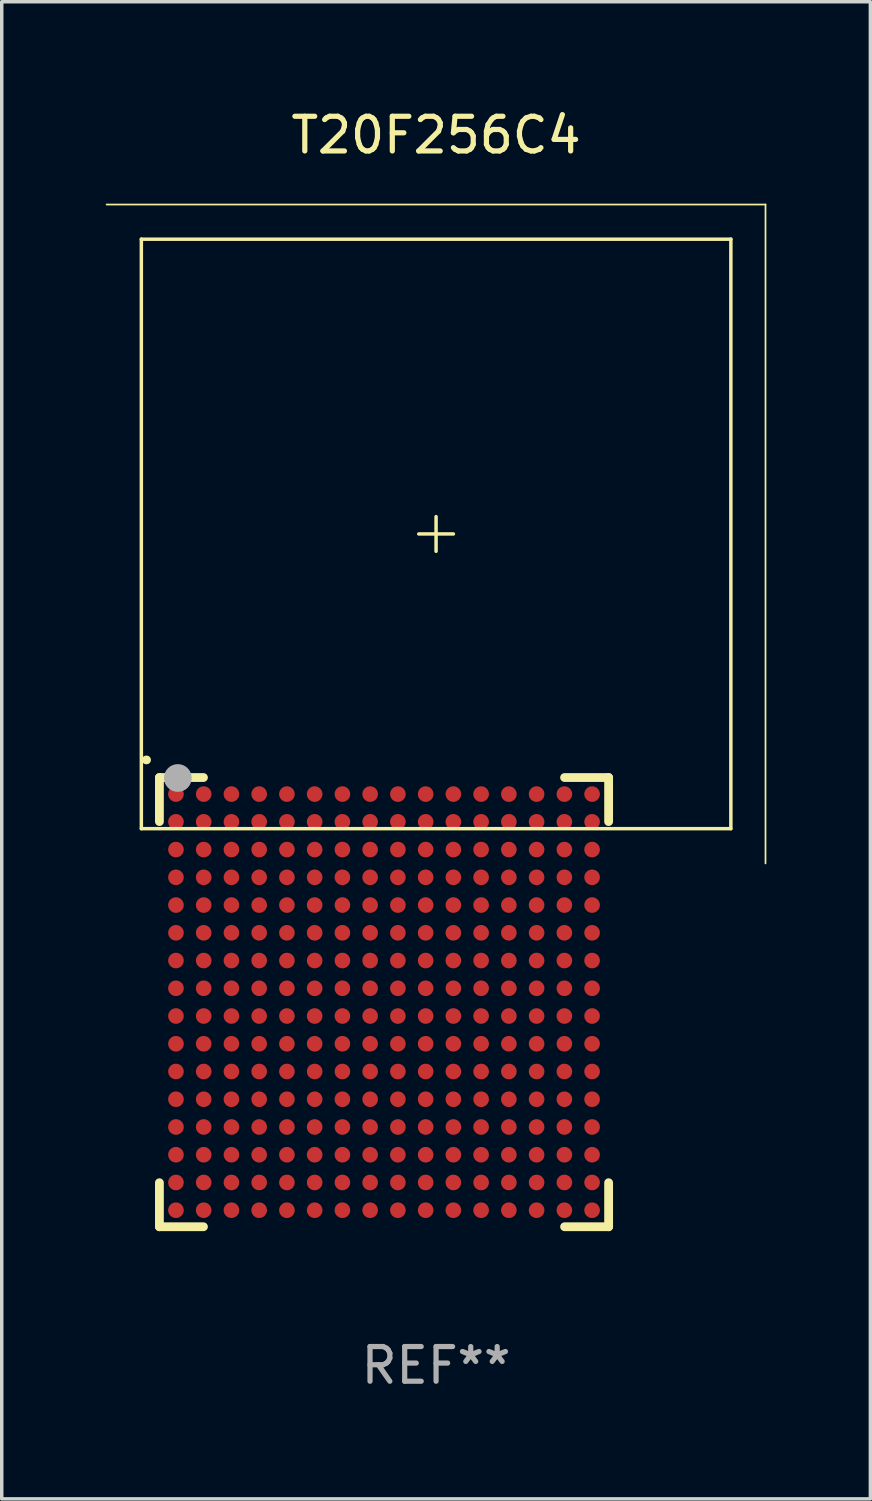
<source format=kicad_pcb>
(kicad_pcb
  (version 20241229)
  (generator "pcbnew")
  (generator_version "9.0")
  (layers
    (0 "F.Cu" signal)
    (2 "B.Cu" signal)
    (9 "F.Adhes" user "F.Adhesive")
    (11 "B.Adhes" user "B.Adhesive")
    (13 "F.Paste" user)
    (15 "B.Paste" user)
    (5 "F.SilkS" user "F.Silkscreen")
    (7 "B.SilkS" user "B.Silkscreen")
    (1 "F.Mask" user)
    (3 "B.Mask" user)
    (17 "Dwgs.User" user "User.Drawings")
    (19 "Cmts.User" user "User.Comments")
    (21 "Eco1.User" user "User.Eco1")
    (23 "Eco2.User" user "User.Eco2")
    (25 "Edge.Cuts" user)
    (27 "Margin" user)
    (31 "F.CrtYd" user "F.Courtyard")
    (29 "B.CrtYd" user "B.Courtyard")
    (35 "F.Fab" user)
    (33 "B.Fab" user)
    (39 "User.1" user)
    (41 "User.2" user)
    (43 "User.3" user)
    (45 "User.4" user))
  (footprint "T20F256C4"
    (layer "F.Cu")
    (at 9.525 17.587)
    (property "Reference" "T20F256C4" (at 0 -16.739 0) (layer "F.SilkS") (effects (font (size 1 1) (thickness 0.15))))
    (attr through_hole)
    (fp_line (start -9.5 -14.739) (end 9.5 -14.739) (stroke (width 0.05) (type solid)) (layer "F.SilkS"))
    (fp_line (start -8.499 -13.74) (end 8.501 -13.74) (stroke (width 0.1) (type solid)) (layer "F.SilkS"))
    (fp_line (start -8.499 3.26) (end -8.499 -13.74) (stroke (width 0.1) (type solid)) (layer "F.SilkS"))
    (fp_line (start -7.978 1.785) (end -6.708 1.785) (stroke (width 0.254) (type solid)) (layer "F.SilkS"))
    (fp_line (start -7.978 3.055) (end -7.978 1.785) (stroke (width 0.254) (type solid)) (layer "F.SilkS"))
    (fp_line (start -7.978 14.739) (end -7.978 13.469) (stroke (width 0.254) (type solid)) (layer "F.SilkS"))
    (fp_line (start -6.708 14.739) (end -7.978 14.739) (stroke (width 0.254) (type solid)) (layer "F.SilkS"))
    (fp_line (start 0 -4.739) (end 0 -5.739) (stroke (width 0.1) (type solid)) (layer "F.SilkS"))
    (fp_line (start 0.5 -5.239) (end -0.5 -5.239) (stroke (width 0.1) (type solid)) (layer "F.SilkS"))
    (fp_line (start 3.706 1.785) (end 4.976 1.785) (stroke (width 0.254) (type solid)) (layer "F.SilkS"))
    (fp_line (start 4.976 1.785) (end 4.976 3.055) (stroke (width 0.254) (type solid)) (layer "F.SilkS"))
    (fp_line (start 4.976 13.469) (end 4.976 14.739) (stroke (width 0.254) (type solid)) (layer "F.SilkS"))
    (fp_line (start 4.976 14.739) (end 3.706 14.739) (stroke (width 0.254) (type solid)) (layer "F.SilkS"))
    (fp_line (start 8.501 -13.74) (end 8.501 3.26) (stroke (width 0.1) (type solid)) (layer "F.SilkS"))
    (fp_line (start 8.501 3.26) (end -8.499 3.26) (stroke (width 0.1) (type solid)) (layer "F.SilkS"))
    (fp_line (start 9.5 -14.739) (end 9.5 4.261) (stroke (width 0.05) (type solid)) (layer "F.SilkS"))
    (fp_arc (start -8.358623 1.276619) (mid -8.353068 1.276761) (end -8.347523 1.277127) (stroke (width 0.249987) (type solid)) (layer "F.SilkS"))
    (fp_circle (center -8.001 1.762) (end -7.971 1.762) (stroke (width 0.06) (type solid)) (fill no) (layer "F.SilkS"))
    (fp_circle (center -7.447 1.798) (end -7.247 1.798) (stroke (width 0.4) (type solid)) (fill no) (layer "F.Fab"))
    (fp_text user "REF**" (at 0 18.739 0) (layer "F.Fab") (effects (font (size 1 1) (thickness 0.15))))
    (pad "A1" smd circle (at -7.501 2.262) (size 0.45 0.45) (layers "F.Cu" "F.Mask" "F.Paste"))
    (pad "A2" smd circle (at -6.701 2.262) (size 0.45 0.45) (layers "F.Cu" "F.Mask" "F.Paste"))
    (pad "A3" smd circle (at -5.901 2.262) (size 0.45 0.45) (layers "F.Cu" "F.Mask" "F.Paste"))
    (pad "A4" smd circle (at -5.101 2.262) (size 0.45 0.45) (layers "F.Cu" "F.Mask" "F.Paste"))
    (pad "A5" smd circle (at -4.301 2.262) (size 0.45 0.45) (layers "F.Cu" "F.Mask" "F.Paste"))
    (pad "A6" smd circle (at -3.501 2.262) (size 0.45 0.45) (layers "F.Cu" "F.Mask" "F.Paste"))
    (pad "A7" smd circle (at -2.701 2.262) (size 0.45 0.45) (layers "F.Cu" "F.Mask" "F.Paste"))
    (pad "A8" smd circle (at -1.901 2.262) (size 0.45 0.45) (layers "F.Cu" "F.Mask" "F.Paste"))
    (pad "A9" smd circle (at -1.101 2.262) (size 0.45 0.45) (layers "F.Cu" "F.Mask" "F.Paste"))
    (pad "A10" smd circle (at -0.3 2.262) (size 0.45 0.45) (layers "F.Cu" "F.Mask" "F.Paste"))
    (pad "A11" smd circle (at 0.499 2.262) (size 0.45 0.45) (layers "F.Cu" "F.Mask" "F.Paste"))
    (pad "A12" smd circle (at 1.299 2.262) (size 0.45 0.45) (layers "F.Cu" "F.Mask" "F.Paste"))
    (pad "A13" smd circle (at 2.099 2.262) (size 0.45 0.45) (layers "F.Cu" "F.Mask" "F.Paste"))
    (pad "A14" smd circle (at 2.899 2.262) (size 0.45 0.45) (layers "F.Cu" "F.Mask" "F.Paste"))
    (pad "A15" smd circle (at 3.7 2.262) (size 0.45 0.45) (layers "F.Cu" "F.Mask" "F.Paste"))
    (pad "A16" smd circle (at 4.499 2.262) (size 0.45 0.45) (layers "F.Cu" "F.Mask" "F.Paste"))
    (pad "B1" smd circle (at -7.501 3.062) (size 0.45 0.45) (layers "F.Cu" "F.Mask" "F.Paste"))
    (pad "B2" smd circle (at -6.701 3.062) (size 0.45 0.45) (layers "F.Cu" "F.Mask" "F.Paste"))
    (pad "B3" smd circle (at -5.901 3.062) (size 0.45 0.45) (layers "F.Cu" "F.Mask" "F.Paste"))
    (pad "B4" smd circle (at -5.101 3.062) (size 0.45 0.45) (layers "F.Cu" "F.Mask" "F.Paste"))
    (pad "B5" smd circle (at -4.301 3.062) (size 0.45 0.45) (layers "F.Cu" "F.Mask" "F.Paste"))
    (pad "B6" smd circle (at -3.501 3.062) (size 0.45 0.45) (layers "F.Cu" "F.Mask" "F.Paste"))
    (pad "B7" smd circle (at -2.701 3.062) (size 0.45 0.45) (layers "F.Cu" "F.Mask" "F.Paste"))
    (pad "B8" smd circle (at -1.901 3.062) (size 0.45 0.45) (layers "F.Cu" "F.Mask" "F.Paste"))
    (pad "B9" smd circle (at -1.101 3.062) (size 0.45 0.45) (layers "F.Cu" "F.Mask" "F.Paste"))
    (pad "B10" smd circle (at -0.3 3.062) (size 0.45 0.45) (layers "F.Cu" "F.Mask" "F.Paste"))
    (pad "B11" smd circle (at 0.499 3.062) (size 0.45 0.45) (layers "F.Cu" "F.Mask" "F.Paste"))
    (pad "B12" smd circle (at 1.299 3.062) (size 0.45 0.45) (layers "F.Cu" "F.Mask" "F.Paste"))
    (pad "B13" smd circle (at 2.099 3.062) (size 0.45 0.45) (layers "F.Cu" "F.Mask" "F.Paste"))
    (pad "B14" smd circle (at 2.899 3.062) (size 0.45 0.45) (layers "F.Cu" "F.Mask" "F.Paste"))
    (pad "B15" smd circle (at 3.7 3.062) (size 0.45 0.45) (layers "F.Cu" "F.Mask" "F.Paste"))
    (pad "B16" smd circle (at 4.499 3.062) (size 0.45 0.45) (layers "F.Cu" "F.Mask" "F.Paste"))
    (pad "C1" smd circle (at -7.501 3.862) (size 0.45 0.45) (layers "F.Cu" "F.Mask" "F.Paste"))
    (pad "C2" smd circle (at -6.701 3.862) (size 0.45 0.45) (layers "F.Cu" "F.Mask" "F.Paste"))
    (pad "C3" smd circle (at -5.901 3.862) (size 0.45 0.45) (layers "F.Cu" "F.Mask" "F.Paste"))
    (pad "C4" smd circle (at -5.101 3.862) (size 0.45 0.45) (layers "F.Cu" "F.Mask" "F.Paste"))
    (pad "C5" smd circle (at -4.301 3.862) (size 0.45 0.45) (layers "F.Cu" "F.Mask" "F.Paste"))
    (pad "C6" smd circle (at -3.501 3.862) (size 0.45 0.45) (layers "F.Cu" "F.Mask" "F.Paste"))
    (pad "C7" smd circle (at -2.701 3.862) (size 0.45 0.45) (layers "F.Cu" "F.Mask" "F.Paste"))
    (pad "C8" smd circle (at -1.901 3.862) (size 0.45 0.45) (layers "F.Cu" "F.Mask" "F.Paste"))
    (pad "C9" smd circle (at -1.101 3.862) (size 0.45 0.45) (layers "F.Cu" "F.Mask" "F.Paste"))
    (pad "C10" smd circle (at -0.3 3.862) (size 0.45 0.45) (layers "F.Cu" "F.Mask" "F.Paste"))
    (pad "C11" smd circle (at 0.499 3.862) (size 0.45 0.45) (layers "F.Cu" "F.Mask" "F.Paste"))
    (pad "C12" smd circle (at 1.299 3.862) (size 0.45 0.45) (layers "F.Cu" "F.Mask" "F.Paste"))
    (pad "C13" smd circle (at 2.099 3.862) (size 0.45 0.45) (layers "F.Cu" "F.Mask" "F.Paste"))
    (pad "C14" smd circle (at 2.899 3.862) (size 0.45 0.45) (layers "F.Cu" "F.Mask" "F.Paste"))
    (pad "C15" smd circle (at 3.7 3.862) (size 0.45 0.45) (layers "F.Cu" "F.Mask" "F.Paste"))
    (pad "C16" smd circle (at 4.499 3.862) (size 0.45 0.45) (layers "F.Cu" "F.Mask" "F.Paste"))
    (pad "D1" smd circle (at -7.501 4.662) (size 0.45 0.45) (layers "F.Cu" "F.Mask" "F.Paste"))
    (pad "D2" smd circle (at -6.701 4.662) (size 0.45 0.45) (layers "F.Cu" "F.Mask" "F.Paste"))
    (pad "D3" smd circle (at -5.901 4.662) (size 0.45 0.45) (layers "F.Cu" "F.Mask" "F.Paste"))
    (pad "D4" smd circle (at -5.101 4.662) (size 0.45 0.45) (layers "F.Cu" "F.Mask" "F.Paste"))
    (pad "D5" smd circle (at -4.301 4.662) (size 0.45 0.45) (layers "F.Cu" "F.Mask" "F.Paste"))
    (pad "D6" smd circle (at -3.501 4.662) (size 0.45 0.45) (layers "F.Cu" "F.Mask" "F.Paste"))
    (pad "D7" smd circle (at -2.701 4.662) (size 0.45 0.45) (layers "F.Cu" "F.Mask" "F.Paste"))
    (pad "D8" smd circle (at -1.901 4.662) (size 0.45 0.45) (layers "F.Cu" "F.Mask" "F.Paste"))
    (pad "D9" smd circle (at -1.101 4.662) (size 0.45 0.45) (layers "F.Cu" "F.Mask" "F.Paste"))
    (pad "D10" smd circle (at -0.3 4.662) (size 0.45 0.45) (layers "F.Cu" "F.Mask" "F.Paste"))
    (pad "D11" smd circle (at 0.499 4.662) (size 0.45 0.45) (layers "F.Cu" "F.Mask" "F.Paste"))
    (pad "D12" smd circle (at 1.299 4.662) (size 0.45 0.45) (layers "F.Cu" "F.Mask" "F.Paste"))
    (pad "D13" smd circle (at 2.099 4.662) (size 0.45 0.45) (layers "F.Cu" "F.Mask" "F.Paste"))
    (pad "D14" smd circle (at 2.899 4.662) (size 0.45 0.45) (layers "F.Cu" "F.Mask" "F.Paste"))
    (pad "D15" smd circle (at 3.7 4.662) (size 0.45 0.45) (layers "F.Cu" "F.Mask" "F.Paste"))
    (pad "D16" smd circle (at 4.499 4.662) (size 0.45 0.45) (layers "F.Cu" "F.Mask" "F.Paste"))
    (pad "E1" smd circle (at -7.501 5.462) (size 0.45 0.45) (layers "F.Cu" "F.Mask" "F.Paste"))
    (pad "E2" smd circle (at -6.701 5.462) (size 0.45 0.45) (layers "F.Cu" "F.Mask" "F.Paste"))
    (pad "E3" smd circle (at -5.901 5.462) (size 0.45 0.45) (layers "F.Cu" "F.Mask" "F.Paste"))
    (pad "E4" smd circle (at -5.101 5.462) (size 0.45 0.45) (layers "F.Cu" "F.Mask" "F.Paste"))
    (pad "E5" smd circle (at -4.301 5.462) (size 0.45 0.45) (layers "F.Cu" "F.Mask" "F.Paste"))
    (pad "E6" smd circle (at -3.501 5.462) (size 0.45 0.45) (layers "F.Cu" "F.Mask" "F.Paste"))
    (pad "E7" smd circle (at -2.701 5.462) (size 0.45 0.45) (layers "F.Cu" "F.Mask" "F.Paste"))
    (pad "E8" smd circle (at -1.901 5.462) (size 0.45 0.45) (layers "F.Cu" "F.Mask" "F.Paste"))
    (pad "E9" smd circle (at -1.101 5.462) (size 0.45 0.45) (layers "F.Cu" "F.Mask" "F.Paste"))
    (pad "E10" smd circle (at -0.3 5.462) (size 0.45 0.45) (layers "F.Cu" "F.Mask" "F.Paste"))
    (pad "E11" smd circle (at 0.499 5.462) (size 0.45 0.45) (layers "F.Cu" "F.Mask" "F.Paste"))
    (pad "E12" smd circle (at 1.299 5.462) (size 0.45 0.45) (layers "F.Cu" "F.Mask" "F.Paste"))
    (pad "E13" smd circle (at 2.099 5.462) (size 0.45 0.45) (layers "F.Cu" "F.Mask" "F.Paste"))
    (pad "E14" smd circle (at 2.899 5.462) (size 0.45 0.45) (layers "F.Cu" "F.Mask" "F.Paste"))
    (pad "E15" smd circle (at 3.7 5.462) (size 0.45 0.45) (layers "F.Cu" "F.Mask" "F.Paste"))
    (pad "E16" smd circle (at 4.499 5.462) (size 0.45 0.45) (layers "F.Cu" "F.Mask" "F.Paste"))
    (pad "F1" smd circle (at -7.501 6.262) (size 0.45 0.45) (layers "F.Cu" "F.Mask" "F.Paste"))
    (pad "F2" smd circle (at -6.701 6.262) (size 0.45 0.45) (layers "F.Cu" "F.Mask" "F.Paste"))
    (pad "F3" smd circle (at -5.901 6.262) (size 0.45 0.45) (layers "F.Cu" "F.Mask" "F.Paste"))
    (pad "F4" smd circle (at -5.101 6.262) (size 0.45 0.45) (layers "F.Cu" "F.Mask" "F.Paste"))
    (pad "F5" smd circle (at -4.301 6.262) (size 0.45 0.45) (layers "F.Cu" "F.Mask" "F.Paste"))
    (pad "F6" smd circle (at -3.501 6.262) (size 0.45 0.45) (layers "F.Cu" "F.Mask" "F.Paste"))
    (pad "F7" smd circle (at -2.701 6.262) (size 0.45 0.45) (layers "F.Cu" "F.Mask" "F.Paste"))
    (pad "F8" smd circle (at -1.901 6.262) (size 0.45 0.45) (layers "F.Cu" "F.Mask" "F.Paste"))
    (pad "F9" smd circle (at -1.101 6.262) (size 0.45 0.45) (layers "F.Cu" "F.Mask" "F.Paste"))
    (pad "F10" smd circle (at -0.3 6.262) (size 0.45 0.45) (layers "F.Cu" "F.Mask" "F.Paste"))
    (pad "F11" smd circle (at 0.499 6.262) (size 0.45 0.45) (layers "F.Cu" "F.Mask" "F.Paste"))
    (pad "F12" smd circle (at 1.299 6.262) (size 0.45 0.45) (layers "F.Cu" "F.Mask" "F.Paste"))
    (pad "F13" smd circle (at 2.099 6.262) (size 0.45 0.45) (layers "F.Cu" "F.Mask" "F.Paste"))
    (pad "F14" smd circle (at 2.899 6.262) (size 0.45 0.45) (layers "F.Cu" "F.Mask" "F.Paste"))
    (pad "F15" smd circle (at 3.7 6.262) (size 0.45 0.45) (layers "F.Cu" "F.Mask" "F.Paste"))
    (pad "F16" smd circle (at 4.499 6.262) (size 0.45 0.45) (layers "F.Cu" "F.Mask" "F.Paste"))
    (pad "G1" smd circle (at -7.501 7.062) (size 0.45 0.45) (layers "F.Cu" "F.Mask" "F.Paste"))
    (pad "G2" smd circle (at -6.701 7.062) (size 0.45 0.45) (layers "F.Cu" "F.Mask" "F.Paste"))
    (pad "G3" smd circle (at -5.901 7.062) (size 0.45 0.45) (layers "F.Cu" "F.Mask" "F.Paste"))
    (pad "G4" smd circle (at -5.101 7.062) (size 0.45 0.45) (layers "F.Cu" "F.Mask" "F.Paste"))
    (pad "G5" smd circle (at -4.301 7.062) (size 0.45 0.45) (layers "F.Cu" "F.Mask" "F.Paste"))
    (pad "G6" smd circle (at -3.501 7.062) (size 0.45 0.45) (layers "F.Cu" "F.Mask" "F.Paste"))
    (pad "G7" smd circle (at -2.701 7.062) (size 0.45 0.45) (layers "F.Cu" "F.Mask" "F.Paste"))
    (pad "G8" smd circle (at -1.901 7.062) (size 0.45 0.45) (layers "F.Cu" "F.Mask" "F.Paste"))
    (pad "G9" smd circle (at -1.101 7.062) (size 0.45 0.45) (layers "F.Cu" "F.Mask" "F.Paste"))
    (pad "G10" smd circle (at -0.3 7.062) (size 0.45 0.45) (layers "F.Cu" "F.Mask" "F.Paste"))
    (pad "G11" smd circle (at 0.499 7.062) (size 0.45 0.45) (layers "F.Cu" "F.Mask" "F.Paste"))
    (pad "G12" smd circle (at 1.299 7.062) (size 0.45 0.45) (layers "F.Cu" "F.Mask" "F.Paste"))
    (pad "G13" smd circle (at 2.099 7.062) (size 0.45 0.45) (layers "F.Cu" "F.Mask" "F.Paste"))
    (pad "G14" smd circle (at 2.899 7.062) (size 0.45 0.45) (layers "F.Cu" "F.Mask" "F.Paste"))
    (pad "G15" smd circle (at 3.7 7.062) (size 0.45 0.45) (layers "F.Cu" "F.Mask" "F.Paste"))
    (pad "G16" smd circle (at 4.499 7.062) (size 0.45 0.45) (layers "F.Cu" "F.Mask" "F.Paste"))
    (pad "H1" smd circle (at -7.501 7.862) (size 0.45 0.45) (layers "F.Cu" "F.Mask" "F.Paste"))
    (pad "H2" smd circle (at -6.701 7.862) (size 0.45 0.45) (layers "F.Cu" "F.Mask" "F.Paste"))
    (pad "H3" smd circle (at -5.901 7.862) (size 0.45 0.45) (layers "F.Cu" "F.Mask" "F.Paste"))
    (pad "H4" smd circle (at -5.101 7.862) (size 0.45 0.45) (layers "F.Cu" "F.Mask" "F.Paste"))
    (pad "H5" smd circle (at -4.301 7.862) (size 0.45 0.45) (layers "F.Cu" "F.Mask" "F.Paste"))
    (pad "H6" smd circle (at -3.501 7.862) (size 0.45 0.45) (layers "F.Cu" "F.Mask" "F.Paste"))
    (pad "H7" smd circle (at -2.701 7.862) (size 0.45 0.45) (layers "F.Cu" "F.Mask" "F.Paste"))
    (pad "H8" smd circle (at -1.901 7.862) (size 0.45 0.45) (layers "F.Cu" "F.Mask" "F.Paste"))
    (pad "H9" smd circle (at -1.101 7.862) (size 0.45 0.45) (layers "F.Cu" "F.Mask" "F.Paste"))
    (pad "H10" smd circle (at -0.3 7.862) (size 0.45 0.45) (layers "F.Cu" "F.Mask" "F.Paste"))
    (pad "H11" smd circle (at 0.499 7.862) (size 0.45 0.45) (layers "F.Cu" "F.Mask" "F.Paste"))
    (pad "H12" smd circle (at 1.299 7.862) (size 0.45 0.45) (layers "F.Cu" "F.Mask" "F.Paste"))
    (pad "H13" smd circle (at 2.099 7.862) (size 0.45 0.45) (layers "F.Cu" "F.Mask" "F.Paste"))
    (pad "H14" smd circle (at 2.899 7.862) (size 0.45 0.45) (layers "F.Cu" "F.Mask" "F.Paste"))
    (pad "H15" smd circle (at 3.7 7.862) (size 0.45 0.45) (layers "F.Cu" "F.Mask" "F.Paste"))
    (pad "H16" smd circle (at 4.499 7.862) (size 0.45 0.45) (layers "F.Cu" "F.Mask" "F.Paste"))
    (pad "J1" smd circle (at -7.501 8.662) (size 0.45 0.45) (layers "F.Cu" "F.Mask" "F.Paste"))
    (pad "J2" smd circle (at -6.701 8.662) (size 0.45 0.45) (layers "F.Cu" "F.Mask" "F.Paste"))
    (pad "J3" smd circle (at -5.901 8.662) (size 0.45 0.45) (layers "F.Cu" "F.Mask" "F.Paste"))
    (pad "J4" smd circle (at -5.101 8.662) (size 0.45 0.45) (layers "F.Cu" "F.Mask" "F.Paste"))
    (pad "J5" smd circle (at -4.301 8.662) (size 0.45 0.45) (layers "F.Cu" "F.Mask" "F.Paste"))
    (pad "J6" smd circle (at -3.501 8.662) (size 0.45 0.45) (layers "F.Cu" "F.Mask" "F.Paste"))
    (pad "J7" smd circle (at -2.701 8.662) (size 0.45 0.45) (layers "F.Cu" "F.Mask" "F.Paste"))
    (pad "J8" smd circle (at -1.901 8.662) (size 0.45 0.45) (layers "F.Cu" "F.Mask" "F.Paste"))
    (pad "J9" smd circle (at -1.101 8.662) (size 0.45 0.45) (layers "F.Cu" "F.Mask" "F.Paste"))
    (pad "J10" smd circle (at -0.3 8.662) (size 0.45 0.45) (layers "F.Cu" "F.Mask" "F.Paste"))
    (pad "J11" smd circle (at 0.499 8.662) (size 0.45 0.45) (layers "F.Cu" "F.Mask" "F.Paste"))
    (pad "J12" smd circle (at 1.299 8.662) (size 0.45 0.45) (layers "F.Cu" "F.Mask" "F.Paste"))
    (pad "J13" smd circle (at 2.099 8.662) (size 0.45 0.45) (layers "F.Cu" "F.Mask" "F.Paste"))
    (pad "J14" smd circle (at 2.899 8.662) (size 0.45 0.45) (layers "F.Cu" "F.Mask" "F.Paste"))
    (pad "J15" smd circle (at 3.7 8.662) (size 0.45 0.45) (layers "F.Cu" "F.Mask" "F.Paste"))
    (pad "J16" smd circle (at 4.499 8.662) (size 0.45 0.45) (layers "F.Cu" "F.Mask" "F.Paste"))
    (pad "K1" smd circle (at -7.501 9.462) (size 0.45 0.45) (layers "F.Cu" "F.Mask" "F.Paste"))
    (pad "K2" smd circle (at -6.701 9.462) (size 0.45 0.45) (layers "F.Cu" "F.Mask" "F.Paste"))
    (pad "K3" smd circle (at -5.901 9.462) (size 0.45 0.45) (layers "F.Cu" "F.Mask" "F.Paste"))
    (pad "K4" smd circle (at -5.101 9.462) (size 0.45 0.45) (layers "F.Cu" "F.Mask" "F.Paste"))
    (pad "K5" smd circle (at -4.301 9.462) (size 0.45 0.45) (layers "F.Cu" "F.Mask" "F.Paste"))
    (pad "K6" smd circle (at -3.501 9.462) (size 0.45 0.45) (layers "F.Cu" "F.Mask" "F.Paste"))
    (pad "K7" smd circle (at -2.701 9.462) (size 0.45 0.45) (layers "F.Cu" "F.Mask" "F.Paste"))
    (pad "K8" smd circle (at -1.901 9.462) (size 0.45 0.45) (layers "F.Cu" "F.Mask" "F.Paste"))
    (pad "K9" smd circle (at -1.101 9.462) (size 0.45 0.45) (layers "F.Cu" "F.Mask" "F.Paste"))
    (pad "K10" smd circle (at -0.3 9.462) (size 0.45 0.45) (layers "F.Cu" "F.Mask" "F.Paste"))
    (pad "K11" smd circle (at 0.499 9.462) (size 0.45 0.45) (layers "F.Cu" "F.Mask" "F.Paste"))
    (pad "K12" smd circle (at 1.299 9.462) (size 0.45 0.45) (layers "F.Cu" "F.Mask" "F.Paste"))
    (pad "K13" smd circle (at 2.099 9.462) (size 0.45 0.45) (layers "F.Cu" "F.Mask" "F.Paste"))
    (pad "K14" smd circle (at 2.899 9.462) (size 0.45 0.45) (layers "F.Cu" "F.Mask" "F.Paste"))
    (pad "K15" smd circle (at 3.7 9.462) (size 0.45 0.45) (layers "F.Cu" "F.Mask" "F.Paste"))
    (pad "K16" smd circle (at 4.499 9.462) (size 0.45 0.45) (layers "F.Cu" "F.Mask" "F.Paste"))
    (pad "L1" smd circle (at -7.501 10.262) (size 0.45 0.45) (layers "F.Cu" "F.Mask" "F.Paste"))
    (pad "L2" smd circle (at -6.701 10.262) (size 0.45 0.45) (layers "F.Cu" "F.Mask" "F.Paste"))
    (pad "L3" smd circle (at -5.901 10.262) (size 0.45 0.45) (layers "F.Cu" "F.Mask" "F.Paste"))
    (pad "L4" smd circle (at -5.101 10.262) (size 0.45 0.45) (layers "F.Cu" "F.Mask" "F.Paste"))
    (pad "L5" smd circle (at -4.301 10.262) (size 0.45 0.45) (layers "F.Cu" "F.Mask" "F.Paste"))
    (pad "L6" smd circle (at -3.501 10.262) (size 0.45 0.45) (layers "F.Cu" "F.Mask" "F.Paste"))
    (pad "L7" smd circle (at -2.701 10.262) (size 0.45 0.45) (layers "F.Cu" "F.Mask" "F.Paste"))
    (pad "L8" smd circle (at -1.901 10.262) (size 0.45 0.45) (layers "F.Cu" "F.Mask" "F.Paste"))
    (pad "L9" smd circle (at -1.101 10.262) (size 0.45 0.45) (layers "F.Cu" "F.Mask" "F.Paste"))
    (pad "L10" smd circle (at -0.3 10.262) (size 0.45 0.45) (layers "F.Cu" "F.Mask" "F.Paste"))
    (pad "L11" smd circle (at 0.499 10.262) (size 0.45 0.45) (layers "F.Cu" "F.Mask" "F.Paste"))
    (pad "L12" smd circle (at 1.299 10.262) (size 0.45 0.45) (layers "F.Cu" "F.Mask" "F.Paste"))
    (pad "L13" smd circle (at 2.099 10.262) (size 0.45 0.45) (layers "F.Cu" "F.Mask" "F.Paste"))
    (pad "L14" smd circle (at 2.899 10.262) (size 0.45 0.45) (layers "F.Cu" "F.Mask" "F.Paste"))
    (pad "L15" smd circle (at 3.7 10.262) (size 0.45 0.45) (layers "F.Cu" "F.Mask" "F.Paste"))
    (pad "L16" smd circle (at 4.499 10.262) (size 0.45 0.45) (layers "F.Cu" "F.Mask" "F.Paste"))
    (pad "M1" smd circle (at -7.501 11.062) (size 0.45 0.45) (layers "F.Cu" "F.Mask" "F.Paste"))
    (pad "M2" smd circle (at -6.701 11.062) (size 0.45 0.45) (layers "F.Cu" "F.Mask" "F.Paste"))
    (pad "M3" smd circle (at -5.901 11.062) (size 0.45 0.45) (layers "F.Cu" "F.Mask" "F.Paste"))
    (pad "M4" smd circle (at -5.101 11.062) (size 0.45 0.45) (layers "F.Cu" "F.Mask" "F.Paste"))
    (pad "M5" smd circle (at -4.301 11.062) (size 0.45 0.45) (layers "F.Cu" "F.Mask" "F.Paste"))
    (pad "M6" smd circle (at -3.501 11.062) (size 0.45 0.45) (layers "F.Cu" "F.Mask" "F.Paste"))
    (pad "M7" smd circle (at -2.701 11.062) (size 0.45 0.45) (layers "F.Cu" "F.Mask" "F.Paste"))
    (pad "M8" smd circle (at -1.901 11.062) (size 0.45 0.45) (layers "F.Cu" "F.Mask" "F.Paste"))
    (pad "M9" smd circle (at -1.101 11.062) (size 0.45 0.45) (layers "F.Cu" "F.Mask" "F.Paste"))
    (pad "M10" smd circle (at -0.3 11.062) (size 0.45 0.45) (layers "F.Cu" "F.Mask" "F.Paste"))
    (pad "M11" smd circle (at 0.499 11.062) (size 0.45 0.45) (layers "F.Cu" "F.Mask" "F.Paste"))
    (pad "M12" smd circle (at 1.299 11.062) (size 0.45 0.45) (layers "F.Cu" "F.Mask" "F.Paste"))
    (pad "M13" smd circle (at 2.099 11.062) (size 0.45 0.45) (layers "F.Cu" "F.Mask" "F.Paste"))
    (pad "M14" smd circle (at 2.899 11.062) (size 0.45 0.45) (layers "F.Cu" "F.Mask" "F.Paste"))
    (pad "M15" smd circle (at 3.7 11.062) (size 0.45 0.45) (layers "F.Cu" "F.Mask" "F.Paste"))
    (pad "M16" smd circle (at 4.499 11.062) (size 0.45 0.45) (layers "F.Cu" "F.Mask" "F.Paste"))
    (pad "N1" smd circle (at -7.501 11.862) (size 0.45 0.45) (layers "F.Cu" "F.Mask" "F.Paste"))
    (pad "N2" smd circle (at -6.701 11.862) (size 0.45 0.45) (layers "F.Cu" "F.Mask" "F.Paste"))
    (pad "N3" smd circle (at -5.901 11.862) (size 0.45 0.45) (layers "F.Cu" "F.Mask" "F.Paste"))
    (pad "N4" smd circle (at -5.101 11.862) (size 0.45 0.45) (layers "F.Cu" "F.Mask" "F.Paste"))
    (pad "N5" smd circle (at -4.301 11.862) (size 0.45 0.45) (layers "F.Cu" "F.Mask" "F.Paste"))
    (pad "N6" smd circle (at -3.501 11.862) (size 0.45 0.45) (layers "F.Cu" "F.Mask" "F.Paste"))
    (pad "N7" smd circle (at -2.701 11.862) (size 0.45 0.45) (layers "F.Cu" "F.Mask" "F.Paste"))
    (pad "N8" smd circle (at -1.901 11.862) (size 0.45 0.45) (layers "F.Cu" "F.Mask" "F.Paste"))
    (pad "N9" smd circle (at -1.101 11.862) (size 0.45 0.45) (layers "F.Cu" "F.Mask" "F.Paste"))
    (pad "N10" smd circle (at -0.3 11.862) (size 0.45 0.45) (layers "F.Cu" "F.Mask" "F.Paste"))
    (pad "N11" smd circle (at 0.499 11.862) (size 0.45 0.45) (layers "F.Cu" "F.Mask" "F.Paste"))
    (pad "N12" smd circle (at 1.299 11.862) (size 0.45 0.45) (layers "F.Cu" "F.Mask" "F.Paste"))
    (pad "N13" smd circle (at 2.099 11.862) (size 0.45 0.45) (layers "F.Cu" "F.Mask" "F.Paste"))
    (pad "N14" smd circle (at 2.899 11.862) (size 0.45 0.45) (layers "F.Cu" "F.Mask" "F.Paste"))
    (pad "N15" smd circle (at 3.7 11.862) (size 0.45 0.45) (layers "F.Cu" "F.Mask" "F.Paste"))
    (pad "N16" smd circle (at 4.499 11.862) (size 0.45 0.45) (layers "F.Cu" "F.Mask" "F.Paste"))
    (pad "P1" smd circle (at -7.501 12.662) (size 0.45 0.45) (layers "F.Cu" "F.Mask" "F.Paste"))
    (pad "P2" smd circle (at -6.701 12.662) (size 0.45 0.45) (layers "F.Cu" "F.Mask" "F.Paste"))
    (pad "P3" smd circle (at -5.901 12.662) (size 0.45 0.45) (layers "F.Cu" "F.Mask" "F.Paste"))
    (pad "P4" smd circle (at -5.101 12.662) (size 0.45 0.45) (layers "F.Cu" "F.Mask" "F.Paste"))
    (pad "P5" smd circle (at -4.301 12.662) (size 0.45 0.45) (layers "F.Cu" "F.Mask" "F.Paste"))
    (pad "P6" smd circle (at -3.501 12.662) (size 0.45 0.45) (layers "F.Cu" "F.Mask" "F.Paste"))
    (pad "P7" smd circle (at -2.701 12.662) (size 0.45 0.45) (layers "F.Cu" "F.Mask" "F.Paste"))
    (pad "P8" smd circle (at -1.901 12.662) (size 0.45 0.45) (layers "F.Cu" "F.Mask" "F.Paste"))
    (pad "P9" smd circle (at -1.101 12.662) (size 0.45 0.45) (layers "F.Cu" "F.Mask" "F.Paste"))
    (pad "P10" smd circle (at -0.3 12.662) (size 0.45 0.45) (layers "F.Cu" "F.Mask" "F.Paste"))
    (pad "P11" smd circle (at 0.499 12.662) (size 0.45 0.45) (layers "F.Cu" "F.Mask" "F.Paste"))
    (pad "P12" smd circle (at 1.299 12.662) (size 0.45 0.45) (layers "F.Cu" "F.Mask" "F.Paste"))
    (pad "P13" smd circle (at 2.099 12.662) (size 0.45 0.45) (layers "F.Cu" "F.Mask" "F.Paste"))
    (pad "P14" smd circle (at 2.899 12.662) (size 0.45 0.45) (layers "F.Cu" "F.Mask" "F.Paste"))
    (pad "P15" smd circle (at 3.7 12.662) (size 0.45 0.45) (layers "F.Cu" "F.Mask" "F.Paste"))
    (pad "P16" smd circle (at 4.499 12.662) (size 0.45 0.45) (layers "F.Cu" "F.Mask" "F.Paste"))
    (pad "R1" smd circle (at -7.501 13.462) (size 0.45 0.45) (layers "F.Cu" "F.Mask" "F.Paste"))
    (pad "R2" smd circle (at -6.701 13.462) (size 0.45 0.45) (layers "F.Cu" "F.Mask" "F.Paste"))
    (pad "R3" smd circle (at -5.901 13.462) (size 0.45 0.45) (layers "F.Cu" "F.Mask" "F.Paste"))
    (pad "R4" smd circle (at -5.101 13.462) (size 0.45 0.45) (layers "F.Cu" "F.Mask" "F.Paste"))
    (pad "R5" smd circle (at -4.301 13.462) (size 0.45 0.45) (layers "F.Cu" "F.Mask" "F.Paste"))
    (pad "R6" smd circle (at -3.501 13.462) (size 0.45 0.45) (layers "F.Cu" "F.Mask" "F.Paste"))
    (pad "R7" smd circle (at -2.701 13.462) (size 0.45 0.45) (layers "F.Cu" "F.Mask" "F.Paste"))
    (pad "R8" smd circle (at -1.901 13.462) (size 0.45 0.45) (layers "F.Cu" "F.Mask" "F.Paste"))
    (pad "R9" smd circle (at -1.101 13.462) (size 0.45 0.45) (layers "F.Cu" "F.Mask" "F.Paste"))
    (pad "R10" smd circle (at -0.3 13.462) (size 0.45 0.45) (layers "F.Cu" "F.Mask" "F.Paste"))
    (pad "R11" smd circle (at 0.499 13.462) (size 0.45 0.45) (layers "F.Cu" "F.Mask" "F.Paste"))
    (pad "R12" smd circle (at 1.299 13.462) (size 0.45 0.45) (layers "F.Cu" "F.Mask" "F.Paste"))
    (pad "R13" smd circle (at 2.099 13.462) (size 0.45 0.45) (layers "F.Cu" "F.Mask" "F.Paste"))
    (pad "R14" smd circle (at 2.899 13.462) (size 0.45 0.45) (layers "F.Cu" "F.Mask" "F.Paste"))
    (pad "R15" smd circle (at 3.7 13.462) (size 0.45 0.45) (layers "F.Cu" "F.Mask" "F.Paste"))
    (pad "R16" smd circle (at 4.499 13.462) (size 0.45 0.45) (layers "F.Cu" "F.Mask" "F.Paste"))
    (pad "T1" smd circle (at -7.501 14.262) (size 0.45 0.45) (layers "F.Cu" "F.Mask" "F.Paste"))
    (pad "T2" smd circle (at -6.701 14.262) (size 0.45 0.45) (layers "F.Cu" "F.Mask" "F.Paste"))
    (pad "T3" smd circle (at -5.901 14.262) (size 0.45 0.45) (layers "F.Cu" "F.Mask" "F.Paste"))
    (pad "T4" smd circle (at -5.101 14.262) (size 0.45 0.45) (layers "F.Cu" "F.Mask" "F.Paste"))
    (pad "T5" smd circle (at -4.301 14.262) (size 0.45 0.45) (layers "F.Cu" "F.Mask" "F.Paste"))
    (pad "T6" smd circle (at -3.501 14.262) (size 0.45 0.45) (layers "F.Cu" "F.Mask" "F.Paste"))
    (pad "T7" smd circle (at -2.701 14.262) (size 0.45 0.45) (layers "F.Cu" "F.Mask" "F.Paste"))
    (pad "T8" smd circle (at -1.901 14.262) (size 0.45 0.45) (layers "F.Cu" "F.Mask" "F.Paste"))
    (pad "T9" smd circle (at -1.101 14.262) (size 0.45 0.45) (layers "F.Cu" "F.Mask" "F.Paste"))
    (pad "T10" smd circle (at -0.3 14.262) (size 0.45 0.45) (layers "F.Cu" "F.Mask" "F.Paste"))
    (pad "T11" smd circle (at 0.499 14.262) (size 0.45 0.45) (layers "F.Cu" "F.Mask" "F.Paste"))
    (pad "T12" smd circle (at 1.299 14.262) (size 0.45 0.45) (layers "F.Cu" "F.Mask" "F.Paste"))
    (pad "T13" smd circle (at 2.099 14.262) (size 0.45 0.45) (layers "F.Cu" "F.Mask" "F.Paste"))
    (pad "T14" smd circle (at 2.899 14.262) (size 0.45 0.45) (layers "F.Cu" "F.Mask" "F.Paste"))
    (pad "T15" smd circle (at 3.7 14.262) (size 0.45 0.45) (layers "F.Cu" "F.Mask" "F.Paste"))
    (pad "T16" smd circle (at 4.499 14.262) (size 0.45 0.45) (layers "F.Cu" "F.Mask" "F.Paste")))
  (gr_rect
    (start -3 -3)
    (end 22.049 40.174)
    (stroke (width 0.1) (type default))
    (fill no)
    (layer "Edge.Cuts")))
</source>
